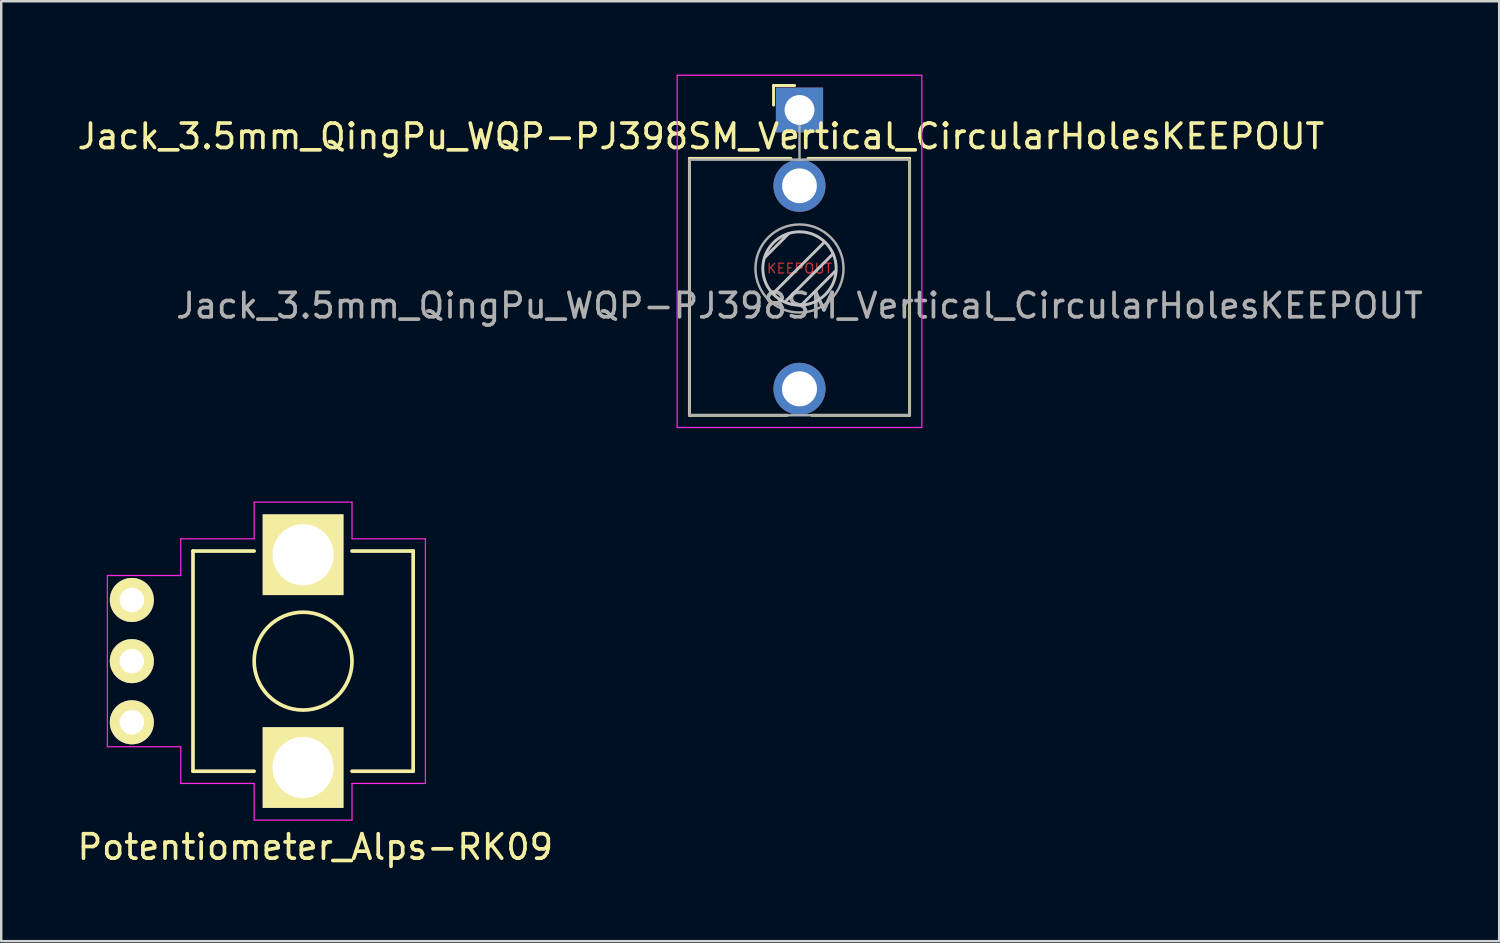
<source format=kicad_pcb>
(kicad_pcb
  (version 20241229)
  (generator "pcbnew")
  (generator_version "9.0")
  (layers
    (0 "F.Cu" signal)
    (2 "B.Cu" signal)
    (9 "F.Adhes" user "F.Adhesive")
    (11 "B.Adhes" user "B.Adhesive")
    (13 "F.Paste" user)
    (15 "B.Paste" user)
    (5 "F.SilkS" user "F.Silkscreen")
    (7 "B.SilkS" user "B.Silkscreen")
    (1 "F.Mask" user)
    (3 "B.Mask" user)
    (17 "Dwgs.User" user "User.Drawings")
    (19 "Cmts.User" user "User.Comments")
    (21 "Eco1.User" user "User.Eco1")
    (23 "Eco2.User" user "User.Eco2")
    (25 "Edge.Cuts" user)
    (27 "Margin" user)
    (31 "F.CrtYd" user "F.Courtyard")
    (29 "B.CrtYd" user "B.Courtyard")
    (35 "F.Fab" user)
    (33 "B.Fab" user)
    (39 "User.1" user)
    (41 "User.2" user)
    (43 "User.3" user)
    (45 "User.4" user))
  (footprint "Potentiometer_Alps-RK09"
    (layer "F.Cu")
    (at 9.339 23.975)
    (property "Reference" "Potentiometer_Alps-RK09" (at 0.5 7.6 180) (layer "F.SilkS") (effects (font (size 1 1) (thickness 0.15))))
    (attr through_hole)
    (fp_line (start -4.5 -4.5) (end -4.5 4.5) (stroke (width 0.15) (type solid)) (layer "F.SilkS"))
    (fp_line (start -2 -4.5) (end -4.5 -4.5) (stroke (width 0.15) (type solid)) (layer "F.SilkS"))
    (fp_line (start -2 4.5) (end -4.5 4.5) (stroke (width 0.15) (type solid)) (layer "F.SilkS"))
    (fp_line (start 4.5 -4.5) (end 2 -4.5) (stroke (width 0.15) (type solid)) (layer "F.SilkS"))
    (fp_line (start 4.5 -4.5) (end 4.5 4.5) (stroke (width 0.15) (type solid)) (layer "F.SilkS"))
    (fp_line (start 4.5 4.5) (end 2 4.5) (stroke (width 0.15) (type solid)) (layer "F.SilkS"))
    (fp_circle (center 0 0) (end 2 0) (stroke (width 0.15) (type solid)) (fill no) (layer "F.SilkS"))
    (fp_line (start -8 -3.5) (end -5 -3.5) (stroke (width 0.05) (type solid)) (layer "F.CrtYd"))
    (fp_line (start -8 3.5) (end -8 -3.5) (stroke (width 0.05) (type solid)) (layer "F.CrtYd"))
    (fp_line (start -5 -5) (end -5 -3.5) (stroke (width 0.05) (type solid)) (layer "F.CrtYd"))
    (fp_line (start -5 3.5) (end -8 3.5) (stroke (width 0.05) (type solid)) (layer "F.CrtYd"))
    (fp_line (start -5 5) (end -5 3.5) (stroke (width 0.05) (type solid)) (layer "F.CrtYd"))
    (fp_line (start -2 -6.5) (end -2 -5) (stroke (width 0.05) (type solid)) (layer "F.CrtYd"))
    (fp_line (start -2 -6.5) (end 2 -6.5) (stroke (width 0.05) (type solid)) (layer "F.CrtYd"))
    (fp_line (start -2 -5) (end -5 -5) (stroke (width 0.05) (type solid)) (layer "F.CrtYd"))
    (fp_line (start -2 5) (end -5 5) (stroke (width 0.05) (type solid)) (layer "F.CrtYd"))
    (fp_line (start -2 6.5) (end -2 5) (stroke (width 0.05) (type solid)) (layer "F.CrtYd"))
    (fp_line (start 2 -6.5) (end 2 -5) (stroke (width 0.05) (type solid)) (layer "F.CrtYd"))
    (fp_line (start 2 -5) (end 5 -5) (stroke (width 0.05) (type solid)) (layer "F.CrtYd"))
    (fp_line (start 2 5) (end 2 6.5) (stroke (width 0.05) (type solid)) (layer "F.CrtYd"))
    (fp_line (start 2 6.5) (end -2 6.5) (stroke (width 0.05) (type solid)) (layer "F.CrtYd"))
    (fp_line (start 5 -5) (end 5 5) (stroke (width 0.05) (type solid)) (layer "F.CrtYd"))
    (fp_line (start 5 5) (end 2 5) (stroke (width 0.05) (type solid)) (layer "F.CrtYd"))
    (pad "" thru_hole rect (at 0 -4.35 270) (size 3.3 3.3) (drill 2.5) (layers "*.Cu" "*.Mask" "F.SilkS"))
    (pad "" thru_hole rect (at 0 4.35 270) (size 3.3 3.3) (drill 2.5) (layers "*.Cu" "*.Mask" "F.SilkS"))
    (pad "1" thru_hole circle (at -7 -2.5 270) (size 1.8 1.8) (drill 1) (layers "*.Cu" "*.Mask" "F.SilkS"))
    (pad "2" thru_hole circle (at -7 0 270) (size 1.8 1.8) (drill 1) (layers "*.Cu" "*.Mask" "F.SilkS"))
    (pad "3" thru_hole circle (at -7 2.5 270) (size 1.8 1.8) (drill 1) (layers "*.Cu" "*.Mask" "F.SilkS")))
  (footprint "Jack_3.5mm_QingPu_WQP-PJ398SM_Vertical_CircularHolesKEEPOUT"
    (layer "F.Cu")
    (at 29.631 1.445)
    (property "Reference" "Jack_3.5mm_QingPu_WQP-PJ398SM_Vertical_CircularHolesKEEPOUT" (at -4.03 1.08 180) (layer "F.SilkS") (effects (font (size 1 1) (thickness 0.15))))
    (attr through_hole)
    (fp_line (start -4.5 1.98) (end -4.5 12.48) (stroke (width 0.12) (type solid)) (layer "F.SilkS"))
    (fp_line (start -1.06 -1) (end -1.06 -0.2) (stroke (width 0.12) (type solid)) (layer "F.SilkS"))
    (fp_line (start -1.06 -1) (end -0.2 -1) (stroke (width 0.12) (type solid)) (layer "F.SilkS"))
    (fp_line (start -0.5 12.48) (end -4.5 12.48) (stroke (width 0.12) (type solid)) (layer "F.SilkS"))
    (fp_line (start -0.35 1.98) (end -4.5 1.98) (stroke (width 0.12) (type solid)) (layer "F.SilkS"))
    (fp_line (start 4.5 1.98) (end 0.35 1.98) (stroke (width 0.12) (type solid)) (layer "F.SilkS"))
    (fp_line (start 4.5 1.98) (end 4.5 12.48) (stroke (width 0.12) (type solid)) (layer "F.SilkS"))
    (fp_line (start 4.5 12.48) (end 0.5 12.48) (stroke (width 0.12) (type solid)) (layer "F.SilkS"))
    (fp_line (start -1.41 6.02) (end -0.46 5.07) (stroke (width 0.12) (type solid)) (layer "Dwgs.User"))
    (fp_line (start -1.07 7.49) (end 1.01 5.41) (stroke (width 0.12) (type solid)) (layer "Dwgs.User"))
    (fp_line (start -0.58 7.83) (end 1.36 5.89) (stroke (width 0.12) (type solid)) (layer "Dwgs.User"))
    (fp_line (start 0.09 7.96) (end 1.48 6.57) (stroke (width 0.12) (type solid)) (layer "Dwgs.User"))
    (fp_circle (center 0 6.48) (end 1.5 6.48) (stroke (width 0.12) (type solid)) (fill no) (layer "Dwgs.User"))
    (fp_line (start -5 12.98) (end -5 -1.42) (stroke (width 0.05) (type solid)) (layer "F.CrtYd"))
    (fp_line (start 5 -1.42) (end -5 -1.42) (stroke (width 0.05) (type solid)) (layer "F.CrtYd"))
    (fp_line (start 5 12.98) (end -5 12.98) (stroke (width 0.05) (type solid)) (layer "F.CrtYd"))
    (fp_line (start 5 12.98) (end 5 -1.42) (stroke (width 0.05) (type solid)) (layer "F.CrtYd"))
    (fp_line (start -4.5 12.48) (end -4.5 2.08) (stroke (width 0.1) (type solid)) (layer "F.Fab"))
    (fp_line (start 0 0) (end 0 2.03) (stroke (width 0.1) (type solid)) (layer "F.Fab"))
    (fp_line (start 4.5 2.03) (end -4.5 2.03) (stroke (width 0.1) (type solid)) (layer "F.Fab"))
    (fp_line (start 4.5 12.48) (end -4.5 12.48) (stroke (width 0.1) (type solid)) (layer "F.Fab"))
    (fp_line (start 4.5 12.48) (end 4.5 2.08) (stroke (width 0.1) (type solid)) (layer "F.Fab"))
    (fp_circle (center 0 6.48) (end 1.8 6.48) (stroke (width 0.1) (type solid)) (fill no) (layer "F.Fab"))
    (fp_text user "KEEPOUT" (at 0 6.48 0) (layer "F.Cu") (effects (font (size 0.4 0.4) (thickness 0.051))))
    (fp_text user "${REFERENCE}" (at 0 8 180) (layer "F.Fab") (effects (font (size 1 1) (thickness 0.15))))
    (pad "1" thru_hole rect (at 0 0 180) (size 1.93 1.83) (drill 1.22) (layers "*.Cu" "*.Mask"))
    (pad "2" thru_hole circle (at 0 3.1 180) (size 2.13 2.13) (drill 1.42) (layers "*.Cu" "*.Mask"))
    (pad "3" thru_hole circle (at 0 11.4 180) (size 2.13 2.13) (drill 1.43) (layers "*.Cu" "*.Mask"))
    (zone (net_name "") (layer "F.Cu") (hatch edge 0.508) (connect_pads) (min_thickness 0.254) (filled_areas_thickness no) (keepout (tracks not_allowed) (vias not_allowed) (pads not_allowed) (copperpour not_allowed) (footprints not_allowed)) (placement (enabled no)) (fill) (polygon (pts (xy 30.063 6.5) (xy 30.673 6.855) (xy 31.104 7.516) (xy 31.079 8.328) (xy 30.698 9.04) (xy 30.088 9.37) (xy 29.301 9.395) (xy 28.564 8.963) (xy 28.209 8.481) (xy 28.133 7.897) (xy 28.26 7.414) (xy 28.793 6.627) (xy 29.453 6.449)))))
  (gr_rect
    (start -3 -3)
    (end 58.232 35.423)
    (stroke (width 0.1) (type default))
    (fill no)
    (layer "Edge.Cuts")))
</source>
